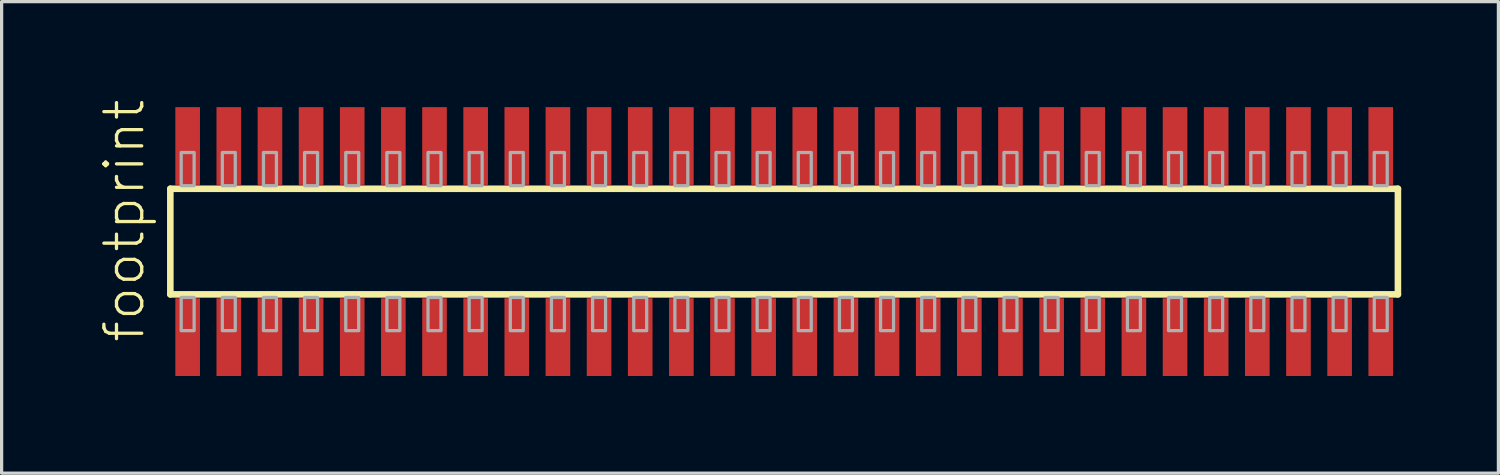
<source format=kicad_pcb>
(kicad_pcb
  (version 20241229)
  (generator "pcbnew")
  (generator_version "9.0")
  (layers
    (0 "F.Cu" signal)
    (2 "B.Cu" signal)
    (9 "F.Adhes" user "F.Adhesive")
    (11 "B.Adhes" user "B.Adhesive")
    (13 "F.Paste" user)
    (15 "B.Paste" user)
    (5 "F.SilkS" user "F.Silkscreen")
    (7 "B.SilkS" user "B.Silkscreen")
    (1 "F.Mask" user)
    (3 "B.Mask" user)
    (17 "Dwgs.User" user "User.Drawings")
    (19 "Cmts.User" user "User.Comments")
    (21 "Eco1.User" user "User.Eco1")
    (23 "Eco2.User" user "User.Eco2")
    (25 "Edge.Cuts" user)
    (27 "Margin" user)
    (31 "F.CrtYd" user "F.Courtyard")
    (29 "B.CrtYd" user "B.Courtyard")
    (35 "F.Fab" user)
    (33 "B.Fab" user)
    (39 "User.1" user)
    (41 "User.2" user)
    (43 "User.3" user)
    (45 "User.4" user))
  (footprint "footprint"
    (layer "F.Cu")
    (at 21.158 4.407)
    (property "Reference" "footprint" (at -19.685 3.175 90) (layer "F.SilkS") (effects (font (size 1.168 1.168) (thickness 0.102)) (justify left bottom)))
    (fp_line (start -18.95 -1.63) (end 18.945 -1.63) (stroke (width 0.203) (type solid)) (layer "F.SilkS"))
    (fp_line (start -18.95 1.63) (end -18.95 -1.63) (stroke (width 0.203) (type solid)) (layer "F.SilkS"))
    (fp_line (start 18.945 -1.63) (end 18.945 1.63) (stroke (width 0.203) (type solid)) (layer "F.SilkS"))
    (fp_line (start 18.945 1.63) (end -18.95 1.63) (stroke (width 0.203) (type solid)) (layer "F.SilkS"))
    (fp_poly (pts (xy -18.615 -1.725) (xy -18.215 -1.725) (xy -18.215 -2.75) (xy -18.615 -2.75)) (stroke (width 0.1) (type solid)) (fill no) (layer "F.Fab"))
    (fp_poly (pts (xy -18.215 1.725) (xy -18.615 1.725) (xy -18.615 2.75) (xy -18.215 2.75)) (stroke (width 0.1) (type solid)) (fill no) (layer "F.Fab"))
    (fp_poly (pts (xy -17.345 -1.725) (xy -16.945 -1.725) (xy -16.945 -2.75) (xy -17.345 -2.75)) (stroke (width 0.1) (type solid)) (fill no) (layer "F.Fab"))
    (fp_poly (pts (xy -16.945 1.725) (xy -17.345 1.725) (xy -17.345 2.75) (xy -16.945 2.75)) (stroke (width 0.1) (type solid)) (fill no) (layer "F.Fab"))
    (fp_poly (pts (xy -16.075 -1.725) (xy -15.675 -1.725) (xy -15.675 -2.75) (xy -16.075 -2.75)) (stroke (width 0.1) (type solid)) (fill no) (layer "F.Fab"))
    (fp_poly (pts (xy -15.675 1.725) (xy -16.075 1.725) (xy -16.075 2.75) (xy -15.675 2.75)) (stroke (width 0.1) (type solid)) (fill no) (layer "F.Fab"))
    (fp_poly (pts (xy -14.805 -1.725) (xy -14.405 -1.725) (xy -14.405 -2.75) (xy -14.805 -2.75)) (stroke (width 0.1) (type solid)) (fill no) (layer "F.Fab"))
    (fp_poly (pts (xy -14.405 1.725) (xy -14.805 1.725) (xy -14.805 2.75) (xy -14.405 2.75)) (stroke (width 0.1) (type solid)) (fill no) (layer "F.Fab"))
    (fp_poly (pts (xy -13.535 -1.725) (xy -13.135 -1.725) (xy -13.135 -2.75) (xy -13.535 -2.75)) (stroke (width 0.1) (type solid)) (fill no) (layer "F.Fab"))
    (fp_poly (pts (xy -13.135 1.725) (xy -13.535 1.725) (xy -13.535 2.75) (xy -13.135 2.75)) (stroke (width 0.1) (type solid)) (fill no) (layer "F.Fab"))
    (fp_poly (pts (xy -12.265 -1.725) (xy -11.865 -1.725) (xy -11.865 -2.75) (xy -12.265 -2.75)) (stroke (width 0.1) (type solid)) (fill no) (layer "F.Fab"))
    (fp_poly (pts (xy -11.865 1.725) (xy -12.265 1.725) (xy -12.265 2.75) (xy -11.865 2.75)) (stroke (width 0.1) (type solid)) (fill no) (layer "F.Fab"))
    (fp_poly (pts (xy -10.995 -1.725) (xy -10.595 -1.725) (xy -10.595 -2.75) (xy -10.995 -2.75)) (stroke (width 0.1) (type solid)) (fill no) (layer "F.Fab"))
    (fp_poly (pts (xy -10.595 1.725) (xy -10.995 1.725) (xy -10.995 2.75) (xy -10.595 2.75)) (stroke (width 0.1) (type solid)) (fill no) (layer "F.Fab"))
    (fp_poly (pts (xy -9.725 -1.725) (xy -9.325 -1.725) (xy -9.325 -2.75) (xy -9.725 -2.75)) (stroke (width 0.1) (type solid)) (fill no) (layer "F.Fab"))
    (fp_poly (pts (xy -9.325 1.725) (xy -9.725 1.725) (xy -9.725 2.75) (xy -9.325 2.75)) (stroke (width 0.1) (type solid)) (fill no) (layer "F.Fab"))
    (fp_poly (pts (xy -8.455 -1.725) (xy -8.055 -1.725) (xy -8.055 -2.75) (xy -8.455 -2.75)) (stroke (width 0.1) (type solid)) (fill no) (layer "F.Fab"))
    (fp_poly (pts (xy -8.055 1.725) (xy -8.455 1.725) (xy -8.455 2.75) (xy -8.055 2.75)) (stroke (width 0.1) (type solid)) (fill no) (layer "F.Fab"))
    (fp_poly (pts (xy -7.185 -1.725) (xy -6.785 -1.725) (xy -6.785 -2.75) (xy -7.185 -2.75)) (stroke (width 0.1) (type solid)) (fill no) (layer "F.Fab"))
    (fp_poly (pts (xy -6.785 1.725) (xy -7.185 1.725) (xy -7.185 2.75) (xy -6.785 2.75)) (stroke (width 0.1) (type solid)) (fill no) (layer "F.Fab"))
    (fp_poly (pts (xy -5.915 -1.725) (xy -5.515 -1.725) (xy -5.515 -2.75) (xy -5.915 -2.75)) (stroke (width 0.1) (type solid)) (fill no) (layer "F.Fab"))
    (fp_poly (pts (xy -5.515 1.725) (xy -5.915 1.725) (xy -5.915 2.75) (xy -5.515 2.75)) (stroke (width 0.1) (type solid)) (fill no) (layer "F.Fab"))
    (fp_poly (pts (xy -4.645 -1.725) (xy -4.245 -1.725) (xy -4.245 -2.75) (xy -4.645 -2.75)) (stroke (width 0.1) (type solid)) (fill no) (layer "F.Fab"))
    (fp_poly (pts (xy -4.245 1.725) (xy -4.645 1.725) (xy -4.645 2.75) (xy -4.245 2.75)) (stroke (width 0.1) (type solid)) (fill no) (layer "F.Fab"))
    (fp_poly (pts (xy -3.375 -1.725) (xy -2.975 -1.725) (xy -2.975 -2.75) (xy -3.375 -2.75)) (stroke (width 0.1) (type solid)) (fill no) (layer "F.Fab"))
    (fp_poly (pts (xy -2.975 1.725) (xy -3.375 1.725) (xy -3.375 2.75) (xy -2.975 2.75)) (stroke (width 0.1) (type solid)) (fill no) (layer "F.Fab"))
    (fp_poly (pts (xy -2.105 -1.725) (xy -1.705 -1.725) (xy -1.705 -2.75) (xy -2.105 -2.75)) (stroke (width 0.1) (type solid)) (fill no) (layer "F.Fab"))
    (fp_poly (pts (xy -1.705 1.725) (xy -2.105 1.725) (xy -2.105 2.75) (xy -1.705 2.75)) (stroke (width 0.1) (type solid)) (fill no) (layer "F.Fab"))
    (fp_poly (pts (xy -0.835 -1.725) (xy -0.435 -1.725) (xy -0.435 -2.75) (xy -0.835 -2.75)) (stroke (width 0.1) (type solid)) (fill no) (layer "F.Fab"))
    (fp_poly (pts (xy -0.435 1.725) (xy -0.835 1.725) (xy -0.835 2.75) (xy -0.435 2.75)) (stroke (width 0.1) (type solid)) (fill no) (layer "F.Fab"))
    (fp_poly (pts (xy 0.435 -1.725) (xy 0.835 -1.725) (xy 0.835 -2.75) (xy 0.435 -2.75)) (stroke (width 0.1) (type solid)) (fill no) (layer "F.Fab"))
    (fp_poly (pts (xy 0.835 1.725) (xy 0.435 1.725) (xy 0.435 2.75) (xy 0.835 2.75)) (stroke (width 0.1) (type solid)) (fill no) (layer "F.Fab"))
    (fp_poly (pts (xy 1.705 -1.725) (xy 2.105 -1.725) (xy 2.105 -2.75) (xy 1.705 -2.75)) (stroke (width 0.1) (type solid)) (fill no) (layer "F.Fab"))
    (fp_poly (pts (xy 2.105 1.725) (xy 1.705 1.725) (xy 1.705 2.75) (xy 2.105 2.75)) (stroke (width 0.1) (type solid)) (fill no) (layer "F.Fab"))
    (fp_poly (pts (xy 2.975 -1.725) (xy 3.375 -1.725) (xy 3.375 -2.75) (xy 2.975 -2.75)) (stroke (width 0.1) (type solid)) (fill no) (layer "F.Fab"))
    (fp_poly (pts (xy 3.375 1.725) (xy 2.975 1.725) (xy 2.975 2.75) (xy 3.375 2.75)) (stroke (width 0.1) (type solid)) (fill no) (layer "F.Fab"))
    (fp_poly (pts (xy 4.245 -1.725) (xy 4.645 -1.725) (xy 4.645 -2.75) (xy 4.245 -2.75)) (stroke (width 0.1) (type solid)) (fill no) (layer "F.Fab"))
    (fp_poly (pts (xy 4.645 1.725) (xy 4.245 1.725) (xy 4.245 2.75) (xy 4.645 2.75)) (stroke (width 0.1) (type solid)) (fill no) (layer "F.Fab"))
    (fp_poly (pts (xy 5.515 -1.725) (xy 5.915 -1.725) (xy 5.915 -2.75) (xy 5.515 -2.75)) (stroke (width 0.1) (type solid)) (fill no) (layer "F.Fab"))
    (fp_poly (pts (xy 5.915 1.725) (xy 5.515 1.725) (xy 5.515 2.75) (xy 5.915 2.75)) (stroke (width 0.1) (type solid)) (fill no) (layer "F.Fab"))
    (fp_poly (pts (xy 6.785 -1.725) (xy 7.185 -1.725) (xy 7.185 -2.75) (xy 6.785 -2.75)) (stroke (width 0.1) (type solid)) (fill no) (layer "F.Fab"))
    (fp_poly (pts (xy 7.185 1.725) (xy 6.785 1.725) (xy 6.785 2.75) (xy 7.185 2.75)) (stroke (width 0.1) (type solid)) (fill no) (layer "F.Fab"))
    (fp_poly (pts (xy 8.055 -1.725) (xy 8.455 -1.725) (xy 8.455 -2.75) (xy 8.055 -2.75)) (stroke (width 0.1) (type solid)) (fill no) (layer "F.Fab"))
    (fp_poly (pts (xy 8.455 1.725) (xy 8.055 1.725) (xy 8.055 2.75) (xy 8.455 2.75)) (stroke (width 0.1) (type solid)) (fill no) (layer "F.Fab"))
    (fp_poly (pts (xy 9.325 -1.725) (xy 9.725 -1.725) (xy 9.725 -2.75) (xy 9.325 -2.75)) (stroke (width 0.1) (type solid)) (fill no) (layer "F.Fab"))
    (fp_poly (pts (xy 9.725 1.725) (xy 9.325 1.725) (xy 9.325 2.75) (xy 9.725 2.75)) (stroke (width 0.1) (type solid)) (fill no) (layer "F.Fab"))
    (fp_poly (pts (xy 10.595 -1.725) (xy 10.995 -1.725) (xy 10.995 -2.75) (xy 10.595 -2.75)) (stroke (width 0.1) (type solid)) (fill no) (layer "F.Fab"))
    (fp_poly (pts (xy 10.995 1.725) (xy 10.595 1.725) (xy 10.595 2.75) (xy 10.995 2.75)) (stroke (width 0.1) (type solid)) (fill no) (layer "F.Fab"))
    (fp_poly (pts (xy 11.865 -1.725) (xy 12.265 -1.725) (xy 12.265 -2.75) (xy 11.865 -2.75)) (stroke (width 0.1) (type solid)) (fill no) (layer "F.Fab"))
    (fp_poly (pts (xy 12.265 1.725) (xy 11.865 1.725) (xy 11.865 2.75) (xy 12.265 2.75)) (stroke (width 0.1) (type solid)) (fill no) (layer "F.Fab"))
    (fp_poly (pts (xy 13.135 -1.725) (xy 13.535 -1.725) (xy 13.535 -2.75) (xy 13.135 -2.75)) (stroke (width 0.1) (type solid)) (fill no) (layer "F.Fab"))
    (fp_poly (pts (xy 13.535 1.725) (xy 13.135 1.725) (xy 13.135 2.75) (xy 13.535 2.75)) (stroke (width 0.1) (type solid)) (fill no) (layer "F.Fab"))
    (fp_poly (pts (xy 14.405 -1.725) (xy 14.805 -1.725) (xy 14.805 -2.75) (xy 14.405 -2.75)) (stroke (width 0.1) (type solid)) (fill no) (layer "F.Fab"))
    (fp_poly (pts (xy 14.805 1.725) (xy 14.405 1.725) (xy 14.405 2.75) (xy 14.805 2.75)) (stroke (width 0.1) (type solid)) (fill no) (layer "F.Fab"))
    (fp_poly (pts (xy 15.675 -1.725) (xy 16.075 -1.725) (xy 16.075 -2.75) (xy 15.675 -2.75)) (stroke (width 0.1) (type solid)) (fill no) (layer "F.Fab"))
    (fp_poly (pts (xy 16.075 1.725) (xy 15.675 1.725) (xy 15.675 2.75) (xy 16.075 2.75)) (stroke (width 0.1) (type solid)) (fill no) (layer "F.Fab"))
    (fp_poly (pts (xy 16.945 -1.725) (xy 17.345 -1.725) (xy 17.345 -2.75) (xy 16.945 -2.75)) (stroke (width 0.1) (type solid)) (fill no) (layer "F.Fab"))
    (fp_poly (pts (xy 17.345 1.725) (xy 16.945 1.725) (xy 16.945 2.75) (xy 17.345 2.75)) (stroke (width 0.1) (type solid)) (fill no) (layer "F.Fab"))
    (fp_poly (pts (xy 18.215 -1.725) (xy 18.615 -1.725) (xy 18.615 -2.75) (xy 18.215 -2.75)) (stroke (width 0.1) (type solid)) (fill no) (layer "F.Fab"))
    (fp_poly (pts (xy 18.615 1.725) (xy 18.215 1.725) (xy 18.215 2.75) (xy 18.615 2.75)) (stroke (width 0.1) (type solid)) (fill no) (layer "F.Fab"))
    (pad "1" smd rect (at -18.415 2.95) (size 0.76 2.4) (layers "F.Cu" "F.Mask" "F.Paste"))
    (pad "2" smd rect (at -18.415 -2.95) (size 0.76 2.4) (layers "F.Cu" "F.Mask" "F.Paste"))
    (pad "3" smd rect (at -17.145 2.95) (size 0.76 2.4) (layers "F.Cu" "F.Mask" "F.Paste"))
    (pad "4" smd rect (at -17.145 -2.95) (size 0.76 2.4) (layers "F.Cu" "F.Mask" "F.Paste"))
    (pad "5" smd rect (at -15.875 2.95) (size 0.76 2.4) (layers "F.Cu" "F.Mask" "F.Paste"))
    (pad "6" smd rect (at -15.875 -2.95) (size 0.76 2.4) (layers "F.Cu" "F.Mask" "F.Paste"))
    (pad "7" smd rect (at -14.605 2.95) (size 0.76 2.4) (layers "F.Cu" "F.Mask" "F.Paste"))
    (pad "8" smd rect (at -14.605 -2.95) (size 0.76 2.4) (layers "F.Cu" "F.Mask" "F.Paste"))
    (pad "9" smd rect (at -13.335 2.95) (size 0.76 2.4) (layers "F.Cu" "F.Mask" "F.Paste"))
    (pad "10" smd rect (at -13.335 -2.95) (size 0.76 2.4) (layers "F.Cu" "F.Mask" "F.Paste"))
    (pad "11" smd rect (at -12.065 2.95) (size 0.76 2.4) (layers "F.Cu" "F.Mask" "F.Paste"))
    (pad "12" smd rect (at -12.065 -2.95) (size 0.76 2.4) (layers "F.Cu" "F.Mask" "F.Paste"))
    (pad "13" smd rect (at -10.795 2.95) (size 0.76 2.4) (layers "F.Cu" "F.Mask" "F.Paste"))
    (pad "14" smd rect (at -10.795 -2.95) (size 0.76 2.4) (layers "F.Cu" "F.Mask" "F.Paste"))
    (pad "15" smd rect (at -9.525 2.95) (size 0.76 2.4) (layers "F.Cu" "F.Mask" "F.Paste"))
    (pad "16" smd rect (at -9.525 -2.95) (size 0.76 2.4) (layers "F.Cu" "F.Mask" "F.Paste"))
    (pad "17" smd rect (at -8.255 2.95) (size 0.76 2.4) (layers "F.Cu" "F.Mask" "F.Paste"))
    (pad "18" smd rect (at -8.255 -2.95) (size 0.76 2.4) (layers "F.Cu" "F.Mask" "F.Paste"))
    (pad "19" smd rect (at -6.985 2.95) (size 0.76 2.4) (layers "F.Cu" "F.Mask" "F.Paste"))
    (pad "20" smd rect (at -6.985 -2.95) (size 0.76 2.4) (layers "F.Cu" "F.Mask" "F.Paste"))
    (pad "21" smd rect (at -5.715 2.95) (size 0.76 2.4) (layers "F.Cu" "F.Mask" "F.Paste"))
    (pad "22" smd rect (at -5.715 -2.95) (size 0.76 2.4) (layers "F.Cu" "F.Mask" "F.Paste"))
    (pad "23" smd rect (at -4.445 2.95) (size 0.76 2.4) (layers "F.Cu" "F.Mask" "F.Paste"))
    (pad "24" smd rect (at -4.445 -2.95) (size 0.76 2.4) (layers "F.Cu" "F.Mask" "F.Paste"))
    (pad "25" smd rect (at -3.175 2.95) (size 0.76 2.4) (layers "F.Cu" "F.Mask" "F.Paste"))
    (pad "26" smd rect (at -3.175 -2.95) (size 0.76 2.4) (layers "F.Cu" "F.Mask" "F.Paste"))
    (pad "27" smd rect (at -1.905 2.95) (size 0.76 2.4) (layers "F.Cu" "F.Mask" "F.Paste"))
    (pad "28" smd rect (at -1.905 -2.95) (size 0.76 2.4) (layers "F.Cu" "F.Mask" "F.Paste"))
    (pad "29" smd rect (at -0.635 2.95) (size 0.76 2.4) (layers "F.Cu" "F.Mask" "F.Paste"))
    (pad "30" smd rect (at -0.635 -2.95) (size 0.76 2.4) (layers "F.Cu" "F.Mask" "F.Paste"))
    (pad "31" smd rect (at 0.635 2.95) (size 0.76 2.4) (layers "F.Cu" "F.Mask" "F.Paste"))
    (pad "32" smd rect (at 0.635 -2.95) (size 0.76 2.4) (layers "F.Cu" "F.Mask" "F.Paste"))
    (pad "33" smd rect (at 1.905 2.95) (size 0.76 2.4) (layers "F.Cu" "F.Mask" "F.Paste"))
    (pad "34" smd rect (at 1.905 -2.95) (size 0.76 2.4) (layers "F.Cu" "F.Mask" "F.Paste"))
    (pad "35" smd rect (at 3.175 2.95) (size 0.76 2.4) (layers "F.Cu" "F.Mask" "F.Paste"))
    (pad "36" smd rect (at 3.175 -2.95) (size 0.76 2.4) (layers "F.Cu" "F.Mask" "F.Paste"))
    (pad "37" smd rect (at 4.445 2.95) (size 0.76 2.4) (layers "F.Cu" "F.Mask" "F.Paste"))
    (pad "38" smd rect (at 4.445 -2.95) (size 0.76 2.4) (layers "F.Cu" "F.Mask" "F.Paste"))
    (pad "39" smd rect (at 5.715 2.95) (size 0.76 2.4) (layers "F.Cu" "F.Mask" "F.Paste"))
    (pad "40" smd rect (at 5.715 -2.95) (size 0.76 2.4) (layers "F.Cu" "F.Mask" "F.Paste"))
    (pad "41" smd rect (at 6.985 2.95) (size 0.76 2.4) (layers "F.Cu" "F.Mask" "F.Paste"))
    (pad "42" smd rect (at 6.985 -2.95) (size 0.76 2.4) (layers "F.Cu" "F.Mask" "F.Paste"))
    (pad "43" smd rect (at 8.255 2.95) (size 0.76 2.4) (layers "F.Cu" "F.Mask" "F.Paste"))
    (pad "44" smd rect (at 8.255 -2.95) (size 0.76 2.4) (layers "F.Cu" "F.Mask" "F.Paste"))
    (pad "45" smd rect (at 9.525 2.95) (size 0.76 2.4) (layers "F.Cu" "F.Mask" "F.Paste"))
    (pad "46" smd rect (at 9.525 -2.95) (size 0.76 2.4) (layers "F.Cu" "F.Mask" "F.Paste"))
    (pad "47" smd rect (at 10.795 2.95) (size 0.76 2.4) (layers "F.Cu" "F.Mask" "F.Paste"))
    (pad "48" smd rect (at 10.795 -2.95) (size 0.76 2.4) (layers "F.Cu" "F.Mask" "F.Paste"))
    (pad "49" smd rect (at 12.065 2.95) (size 0.76 2.4) (layers "F.Cu" "F.Mask" "F.Paste"))
    (pad "50" smd rect (at 12.065 -2.95) (size 0.76 2.4) (layers "F.Cu" "F.Mask" "F.Paste"))
    (pad "51" smd rect (at 13.335 2.95) (size 0.76 2.4) (layers "F.Cu" "F.Mask" "F.Paste"))
    (pad "52" smd rect (at 13.335 -2.95) (size 0.76 2.4) (layers "F.Cu" "F.Mask" "F.Paste"))
    (pad "53" smd rect (at 14.605 2.95) (size 0.76 2.4) (layers "F.Cu" "F.Mask" "F.Paste"))
    (pad "54" smd rect (at 14.605 -2.95) (size 0.76 2.4) (layers "F.Cu" "F.Mask" "F.Paste"))
    (pad "55" smd rect (at 15.875 2.95) (size 0.76 2.4) (layers "F.Cu" "F.Mask" "F.Paste"))
    (pad "56" smd rect (at 15.875 -2.95) (size 0.76 2.4) (layers "F.Cu" "F.Mask" "F.Paste"))
    (pad "57" smd rect (at 17.145 2.95) (size 0.76 2.4) (layers "F.Cu" "F.Mask" "F.Paste"))
    (pad "58" smd rect (at 17.145 -2.95) (size 0.76 2.4) (layers "F.Cu" "F.Mask" "F.Paste"))
    (pad "59" smd rect (at 18.415 2.95) (size 0.76 2.4) (layers "F.Cu" "F.Mask" "F.Paste"))
    (pad "60" smd rect (at 18.415 -2.95) (size 0.76 2.4) (layers "F.Cu" "F.Mask" "F.Paste")))
  (gr_rect
    (start -3 -3)
    (end 43.205 11.557)
    (stroke (width 0.1) (type default))
    (fill no)
    (layer "Edge.Cuts")))
</source>
